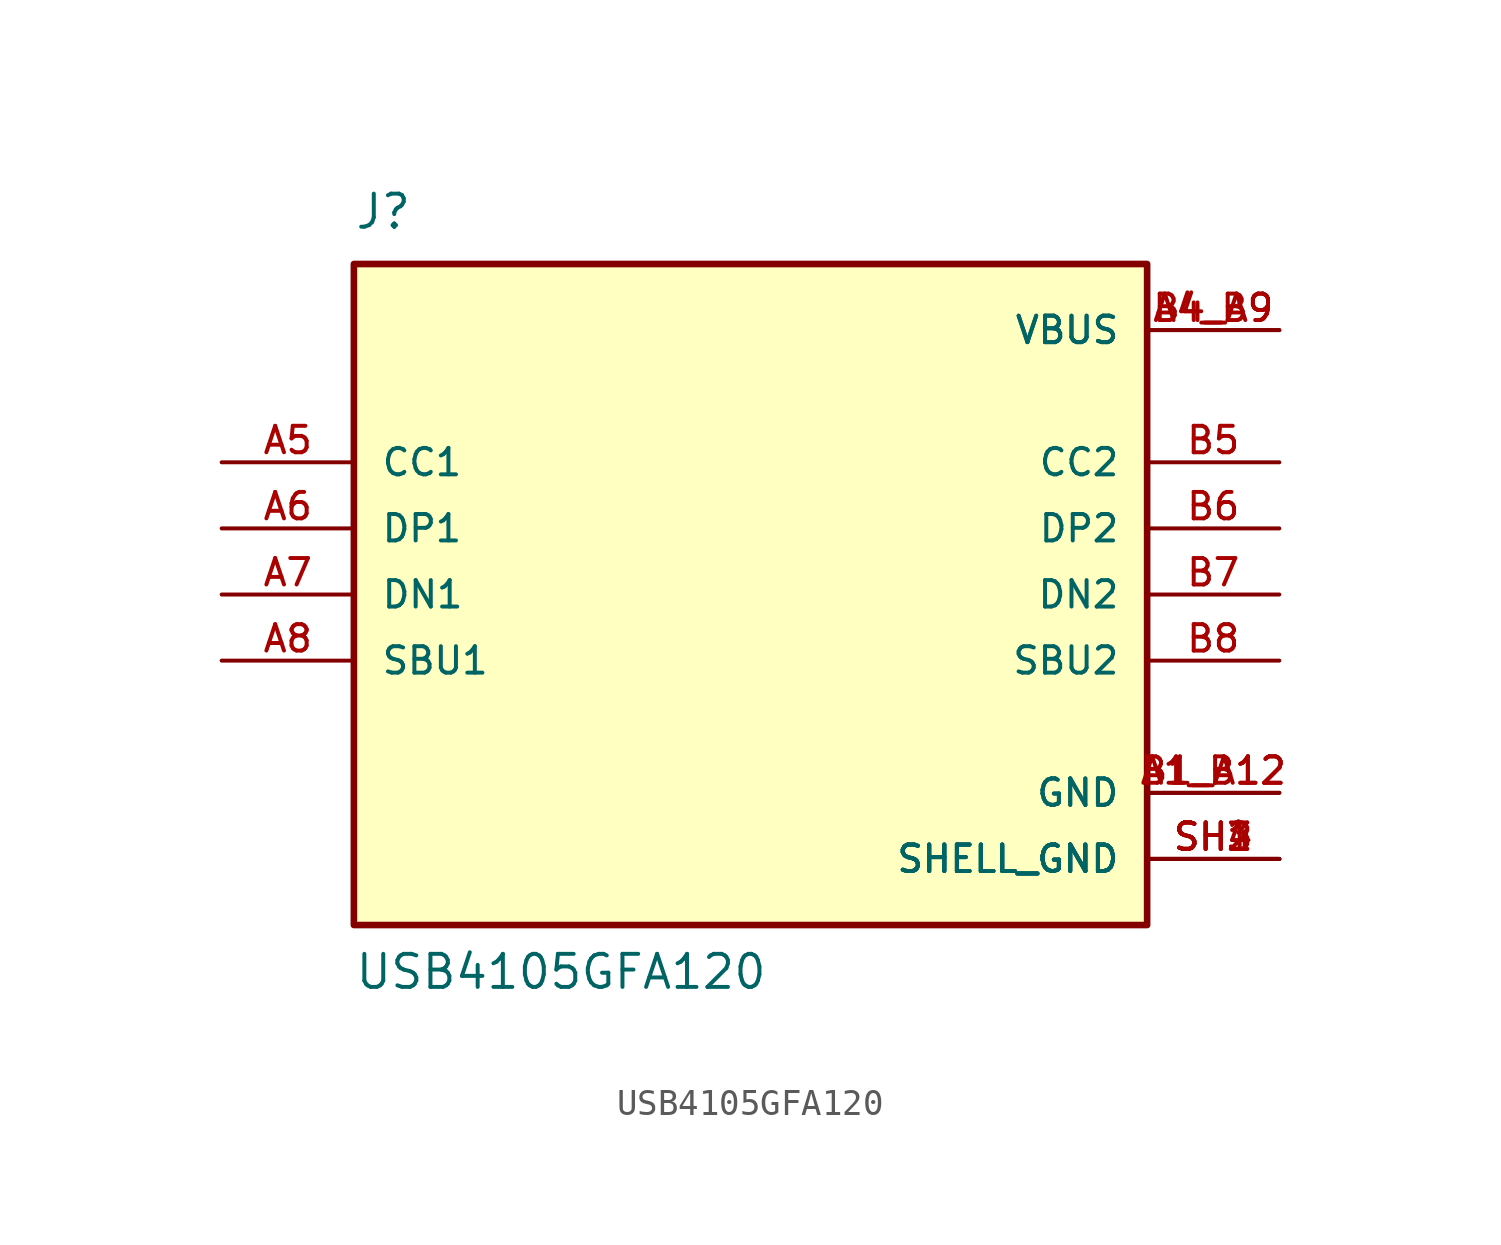
<source format=kicad_sym>
(kicad_symbol_lib
  (version 20211014)
  (generator kicad_symbol_editor)
  (symbol "USB4105GFA120"
    (pin_names
      (offset 1.016))
    (property "Reference" "J"
      (at -15.24 13.97 0)
      (effects (font (size 1.27 1.27)) (justify bottom left)))
    (property "Value" "USB4105GFA120"
      (at -15.24 -15.24 0)
      (effects (font (size 1.27 1.27)) (justify bottom left)))
    (symbol "USB4105GFA120_0_0"
      (rectangle (start -15.24 -12.7) (end 15.24 12.7) (stroke (width 0.254)) (fill (type background)))
      (pin bidirectional line (at -20.32 5.08 0) (length 5.08) (name "CC1" (effects (font (size 1.016 1.016)))) (number "A5" (effects (font (size 1.016 1.016)))))
      (pin bidirectional line (at -20.32 2.54 0) (length 5.08) (name "DP1" (effects (font (size 1.016 1.016)))) (number "A6" (effects (font (size 1.016 1.016)))))
      (pin bidirectional line (at -20.32 0.0 0) (length 5.08) (name "DN1" (effects (font (size 1.016 1.016)))) (number "A7" (effects (font (size 1.016 1.016)))))
      (pin bidirectional line (at -20.32 -2.54 0) (length 5.08) (name "SBU1" (effects (font (size 1.016 1.016)))) (number "A8" (effects (font (size 1.016 1.016)))))
      (pin power_in line (at 20.32 10.16 180.0) (length 5.08) (name "VBUS" (effects (font (size 1.016 1.016)))) (number "A4_B9" (effects (font (size 1.016 1.016)))))
      (pin power_in line (at 20.32 10.16 180.0) (length 5.08) (name "VBUS" (effects (font (size 1.016 1.016)))) (number "B4_A9" (effects (font (size 1.016 1.016)))))
      (pin bidirectional line (at 20.32 5.08 180.0) (length 5.08) (name "CC2" (effects (font (size 1.016 1.016)))) (number "B5" (effects (font (size 1.016 1.016)))))
      (pin bidirectional line (at 20.32 2.54 180.0) (length 5.08) (name "DP2" (effects (font (size 1.016 1.016)))) (number "B6" (effects (font (size 1.016 1.016)))))
      (pin bidirectional line (at 20.32 0.0 180.0) (length 5.08) (name "DN2" (effects (font (size 1.016 1.016)))) (number "B7" (effects (font (size 1.016 1.016)))))
      (pin bidirectional line (at 20.32 -2.54 180.0) (length 5.08) (name "SBU2" (effects (font (size 1.016 1.016)))) (number "B8" (effects (font (size 1.016 1.016)))))
      (pin power_in line (at 20.32 -7.62 180.0) (length 5.08) (name "GND" (effects (font (size 1.016 1.016)))) (number "A1_B12" (effects (font (size 1.016 1.016)))))
      (pin power_in line (at 20.32 -7.62 180.0) (length 5.08) (name "GND" (effects (font (size 1.016 1.016)))) (number "B1_A12" (effects (font (size 1.016 1.016)))))
      (pin power_in line (at 20.32 -10.16 180.0) (length 5.08) (name "SHELL_GND" (effects (font (size 1.016 1.016)))) (number "SH1" (effects (font (size 1.016 1.016)))))
      (pin power_in line (at 20.32 -10.16 180.0) (length 5.08) (name "SHELL_GND" (effects (font (size 1.016 1.016)))) (number "SH2" (effects (font (size 1.016 1.016)))))
      (pin power_in line (at 20.32 -10.16 180.0) (length 5.08) (name "SHELL_GND" (effects (font (size 1.016 1.016)))) (number "SH3" (effects (font (size 1.016 1.016)))))
      (pin power_in line (at 20.32 -10.16 180.0) (length 5.08) (name "SHELL_GND" (effects (font (size 1.016 1.016)))) (number "SH4" (effects (font (size 1.016 1.016))))))))
</source>
